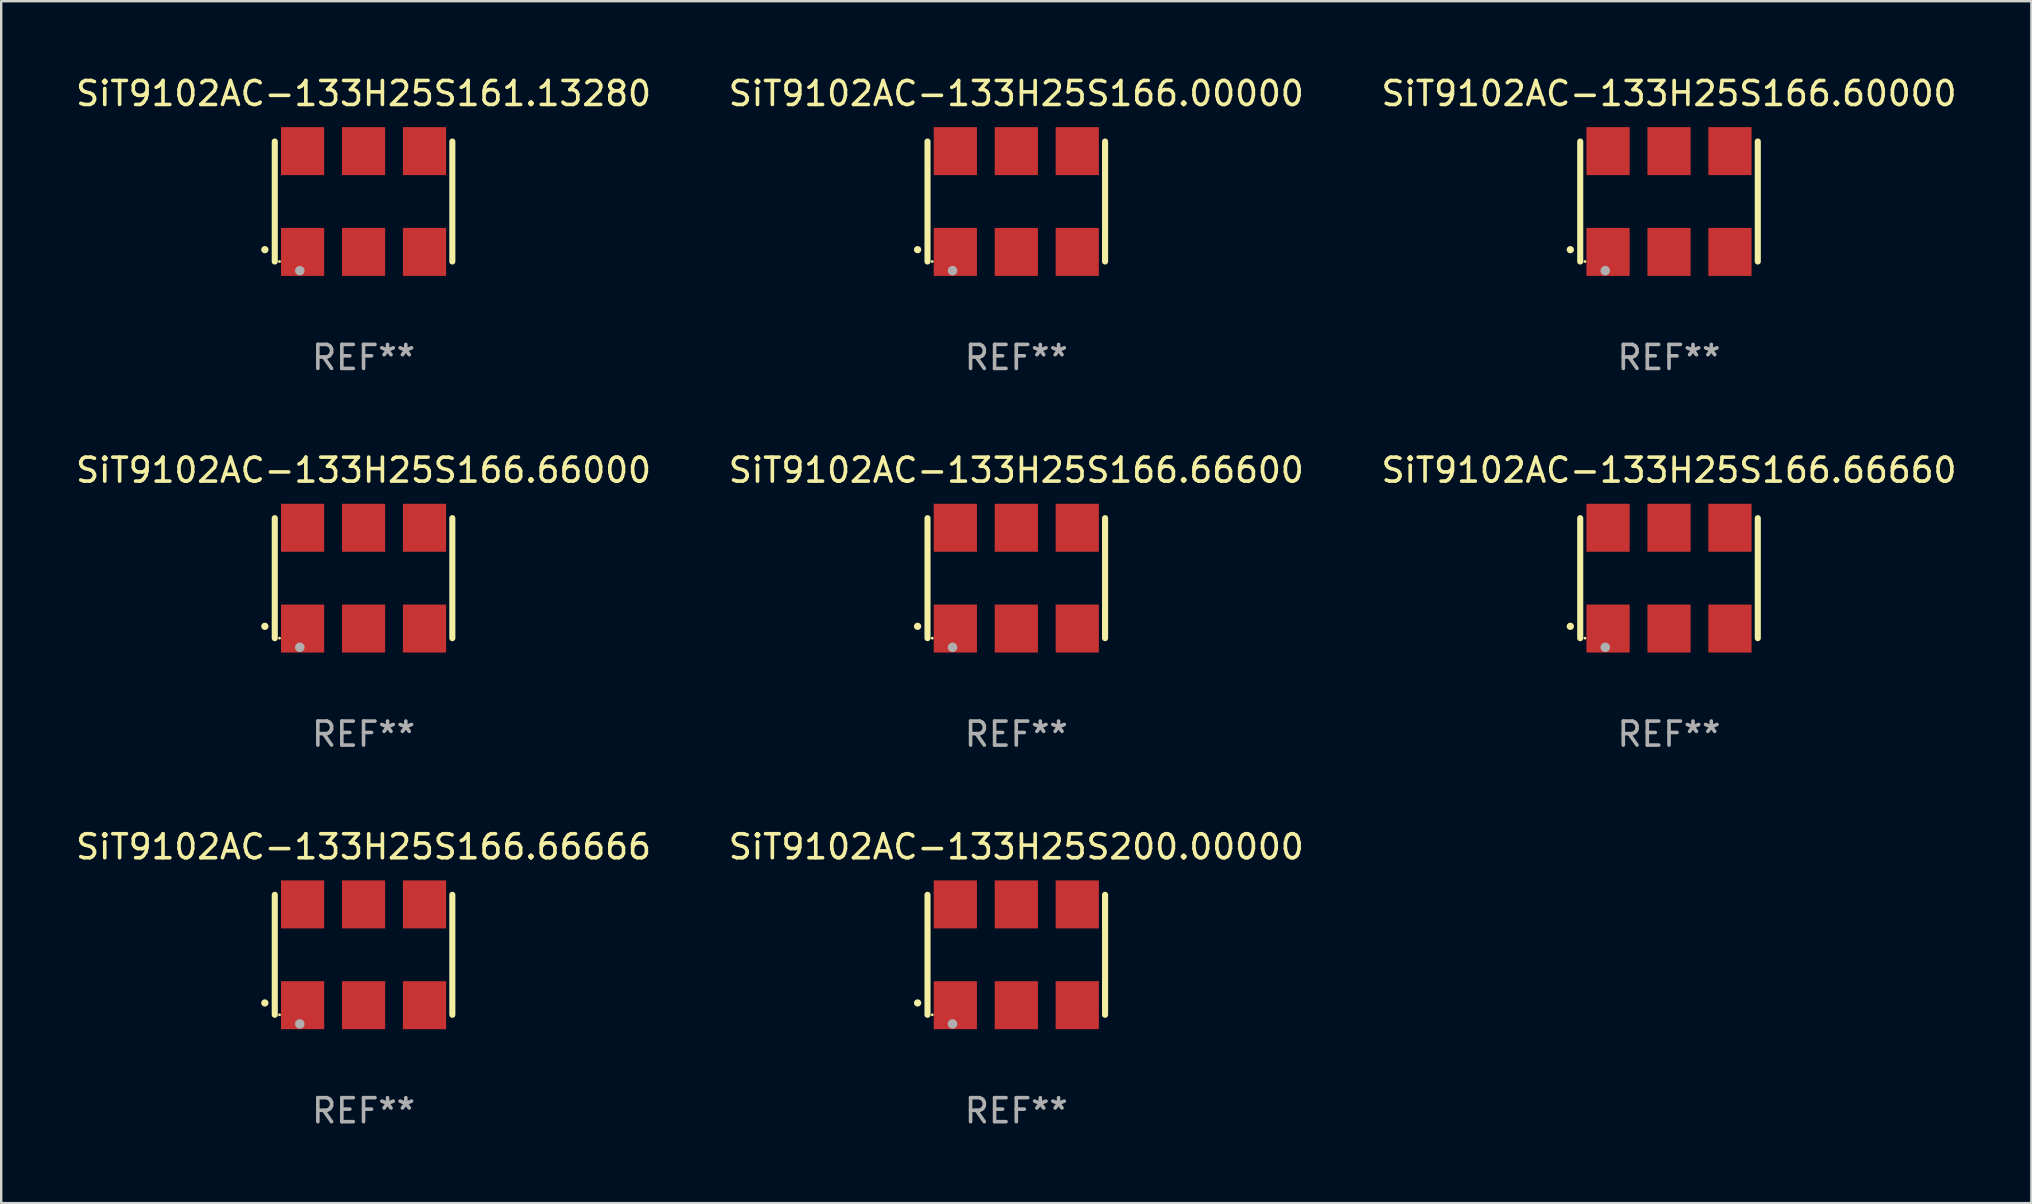
<source format=kicad_pcb>
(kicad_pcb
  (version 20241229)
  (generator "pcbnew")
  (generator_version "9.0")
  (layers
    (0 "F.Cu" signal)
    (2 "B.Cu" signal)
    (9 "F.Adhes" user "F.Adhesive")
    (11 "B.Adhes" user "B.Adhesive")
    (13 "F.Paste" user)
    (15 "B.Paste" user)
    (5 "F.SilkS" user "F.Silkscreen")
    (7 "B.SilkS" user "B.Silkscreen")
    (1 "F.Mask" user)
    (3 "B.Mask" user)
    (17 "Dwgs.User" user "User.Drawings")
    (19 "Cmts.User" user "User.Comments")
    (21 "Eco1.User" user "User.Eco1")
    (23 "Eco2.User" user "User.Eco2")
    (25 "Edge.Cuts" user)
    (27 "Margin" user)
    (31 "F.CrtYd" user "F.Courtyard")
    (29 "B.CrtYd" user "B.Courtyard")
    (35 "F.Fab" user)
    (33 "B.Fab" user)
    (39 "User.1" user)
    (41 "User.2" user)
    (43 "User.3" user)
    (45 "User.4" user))
  (footprint "SiT9102AC-133H25S166.60000"
    (layer "F.Cu")
    (at 66.506 5.348)
    (property "Reference" "SiT9102AC-133H25S166.60000" (at 0 -4.5 0) (layer "F.SilkS") (effects (font (size 1 1) (thickness 0.15))))
    (attr through_hole)
    (fp_line (start -3.7 -2.5) (end -3.7 2.5) (stroke (width 0.254) (type solid)) (layer "F.SilkS"))
    (fp_line (start 3.7 -2.5) (end 3.7 2.5) (stroke (width 0.254) (type solid)) (layer "F.SilkS"))
    (fp_arc (start -4.114415 2.006604) (mid -4.113145 2.006599) (end -4.111875 2.006604) (stroke (width 0.3) (type solid)) (layer "F.SilkS"))
    (fp_circle (center -3.502 2.5) (end -3.472 2.5) (stroke (width 0.06) (type solid)) (fill no) (layer "F.SilkS"))
    (fp_circle (center -2.657 2.882) (end -2.557 2.882) (stroke (width 0.2) (type solid)) (fill no) (layer "F.Fab"))
    (fp_text user "REF**" (at 0 6.5 0) (layer "F.Fab") (effects (font (size 1 1) (thickness 0.15))))
    (pad "1" smd rect (at -2.54 2.1) (size 1.8 2) (layers "F.Cu" "F.Mask" "F.Paste"))
    (pad "2" smd rect (at 0.000394 2.1) (size 1.8 2) (layers "F.Cu" "F.Mask" "F.Paste"))
    (pad "3" smd rect (at 2.54 2.1) (size 1.8 2) (layers "F.Cu" "F.Mask" "F.Paste"))
    (pad "4" smd rect (at 2.54 -2.1) (size 1.8 2) (layers "F.Cu" "F.Mask" "F.Paste"))
    (pad "5" smd rect (at 0.000394 -2.1) (size 1.8 2) (layers "F.Cu" "F.Mask" "F.Paste"))
    (pad "6" smd rect (at -2.54 -2.1) (size 1.8 2) (layers "F.Cu" "F.Mask" "F.Paste")))
  (footprint "SiT9102AC-133H25S166.66666"
    (layer "F.Cu")
    (at 12.101 36.741)
    (property "Reference" "SiT9102AC-133H25S166.66666" (at 0 -4.5 0) (layer "F.SilkS") (effects (font (size 1 1) (thickness 0.15))))
    (attr through_hole)
    (fp_line (start -3.7 -2.5) (end -3.7 2.5) (stroke (width 0.254) (type solid)) (layer "F.SilkS"))
    (fp_line (start 3.7 -2.5) (end 3.7 2.5) (stroke (width 0.254) (type solid)) (layer "F.SilkS"))
    (fp_arc (start -4.114415 2.006604) (mid -4.113145 2.006599) (end -4.111875 2.006604) (stroke (width 0.3) (type solid)) (layer "F.SilkS"))
    (fp_circle (center -3.502 2.5) (end -3.472 2.5) (stroke (width 0.06) (type solid)) (fill no) (layer "F.SilkS"))
    (fp_circle (center -2.657 2.882) (end -2.557 2.882) (stroke (width 0.2) (type solid)) (fill no) (layer "F.Fab"))
    (fp_text user "REF**" (at 0 6.5 0) (layer "F.Fab") (effects (font (size 1 1) (thickness 0.15))))
    (pad "1" smd rect (at -2.54 2.1) (size 1.8 2) (layers "F.Cu" "F.Mask" "F.Paste"))
    (pad "2" smd rect (at 0.000394 2.1) (size 1.8 2) (layers "F.Cu" "F.Mask" "F.Paste"))
    (pad "3" smd rect (at 2.54 2.1) (size 1.8 2) (layers "F.Cu" "F.Mask" "F.Paste"))
    (pad "4" smd rect (at 2.54 -2.1) (size 1.8 2) (layers "F.Cu" "F.Mask" "F.Paste"))
    (pad "5" smd rect (at 0.000394 -2.1) (size 1.8 2) (layers "F.Cu" "F.Mask" "F.Paste"))
    (pad "6" smd rect (at -2.54 -2.1) (size 1.8 2) (layers "F.Cu" "F.Mask" "F.Paste")))
  (footprint "SiT9102AC-133H25S200.00000"
    (layer "F.Cu")
    (at 39.304 36.741)
    (property "Reference" "SiT9102AC-133H25S200.00000" (at 0 -4.5 0) (layer "F.SilkS") (effects (font (size 1 1) (thickness 0.15))))
    (attr through_hole)
    (fp_line (start -3.7 -2.5) (end -3.7 2.5) (stroke (width 0.254) (type solid)) (layer "F.SilkS"))
    (fp_line (start 3.7 -2.5) (end 3.7 2.5) (stroke (width 0.254) (type solid)) (layer "F.SilkS"))
    (fp_arc (start -4.114415 2.006604) (mid -4.113145 2.006599) (end -4.111875 2.006604) (stroke (width 0.3) (type solid)) (layer "F.SilkS"))
    (fp_circle (center -3.502 2.5) (end -3.472 2.5) (stroke (width 0.06) (type solid)) (fill no) (layer "F.SilkS"))
    (fp_circle (center -2.657 2.882) (end -2.557 2.882) (stroke (width 0.2) (type solid)) (fill no) (layer "F.Fab"))
    (fp_text user "REF**" (at 0 6.5 0) (layer "F.Fab") (effects (font (size 1 1) (thickness 0.15))))
    (pad "1" smd rect (at -2.54 2.1) (size 1.8 2) (layers "F.Cu" "F.Mask" "F.Paste"))
    (pad "2" smd rect (at 0.000394 2.1) (size 1.8 2) (layers "F.Cu" "F.Mask" "F.Paste"))
    (pad "3" smd rect (at 2.54 2.1) (size 1.8 2) (layers "F.Cu" "F.Mask" "F.Paste"))
    (pad "4" smd rect (at 2.54 -2.1) (size 1.8 2) (layers "F.Cu" "F.Mask" "F.Paste"))
    (pad "5" smd rect (at 0.000394 -2.1) (size 1.8 2) (layers "F.Cu" "F.Mask" "F.Paste"))
    (pad "6" smd rect (at -2.54 -2.1) (size 1.8 2) (layers "F.Cu" "F.Mask" "F.Paste")))
  (footprint "SiT9102AC-133H25S161.13280"
    (layer "F.Cu")
    (at 12.101 5.348)
    (property "Reference" "SiT9102AC-133H25S161.13280" (at 0 -4.5 0) (layer "F.SilkS") (effects (font (size 1 1) (thickness 0.15))))
    (attr through_hole)
    (fp_line (start -3.7 -2.5) (end -3.7 2.5) (stroke (width 0.254) (type solid)) (layer "F.SilkS"))
    (fp_line (start 3.7 -2.5) (end 3.7 2.5) (stroke (width 0.254) (type solid)) (layer "F.SilkS"))
    (fp_arc (start -4.114415 2.006604) (mid -4.113145 2.006599) (end -4.111875 2.006604) (stroke (width 0.3) (type solid)) (layer "F.SilkS"))
    (fp_circle (center -3.502 2.5) (end -3.472 2.5) (stroke (width 0.06) (type solid)) (fill no) (layer "F.SilkS"))
    (fp_circle (center -2.657 2.882) (end -2.557 2.882) (stroke (width 0.2) (type solid)) (fill no) (layer "F.Fab"))
    (fp_text user "REF**" (at 0 6.5 0) (layer "F.Fab") (effects (font (size 1 1) (thickness 0.15))))
    (pad "1" smd rect (at -2.54 2.1) (size 1.8 2) (layers "F.Cu" "F.Mask" "F.Paste"))
    (pad "2" smd rect (at 0.000394 2.1) (size 1.8 2) (layers "F.Cu" "F.Mask" "F.Paste"))
    (pad "3" smd rect (at 2.54 2.1) (size 1.8 2) (layers "F.Cu" "F.Mask" "F.Paste"))
    (pad "4" smd rect (at 2.54 -2.1) (size 1.8 2) (layers "F.Cu" "F.Mask" "F.Paste"))
    (pad "5" smd rect (at 0.000394 -2.1) (size 1.8 2) (layers "F.Cu" "F.Mask" "F.Paste"))
    (pad "6" smd rect (at -2.54 -2.1) (size 1.8 2) (layers "F.Cu" "F.Mask" "F.Paste")))
  (footprint "SiT9102AC-133H25S166.66600"
    (layer "F.Cu")
    (at 39.304 21.045)
    (property "Reference" "SiT9102AC-133H25S166.66600" (at 0 -4.5 0) (layer "F.SilkS") (effects (font (size 1 1) (thickness 0.15))))
    (attr through_hole)
    (fp_line (start -3.7 -2.5) (end -3.7 2.5) (stroke (width 0.254) (type solid)) (layer "F.SilkS"))
    (fp_line (start 3.7 -2.5) (end 3.7 2.5) (stroke (width 0.254) (type solid)) (layer "F.SilkS"))
    (fp_arc (start -4.114415 2.006604) (mid -4.113145 2.006599) (end -4.111875 2.006604) (stroke (width 0.3) (type solid)) (layer "F.SilkS"))
    (fp_circle (center -3.502 2.5) (end -3.472 2.5) (stroke (width 0.06) (type solid)) (fill no) (layer "F.SilkS"))
    (fp_circle (center -2.657 2.882) (end -2.557 2.882) (stroke (width 0.2) (type solid)) (fill no) (layer "F.Fab"))
    (fp_text user "REF**" (at 0 6.5 0) (layer "F.Fab") (effects (font (size 1 1) (thickness 0.15))))
    (pad "1" smd rect (at -2.54 2.1) (size 1.8 2) (layers "F.Cu" "F.Mask" "F.Paste"))
    (pad "2" smd rect (at 0.000394 2.1) (size 1.8 2) (layers "F.Cu" "F.Mask" "F.Paste"))
    (pad "3" smd rect (at 2.54 2.1) (size 1.8 2) (layers "F.Cu" "F.Mask" "F.Paste"))
    (pad "4" smd rect (at 2.54 -2.1) (size 1.8 2) (layers "F.Cu" "F.Mask" "F.Paste"))
    (pad "5" smd rect (at 0.000394 -2.1) (size 1.8 2) (layers "F.Cu" "F.Mask" "F.Paste"))
    (pad "6" smd rect (at -2.54 -2.1) (size 1.8 2) (layers "F.Cu" "F.Mask" "F.Paste")))
  (footprint "SiT9102AC-133H25S166.00000"
    (layer "F.Cu")
    (at 39.304 5.348)
    (property "Reference" "SiT9102AC-133H25S166.00000" (at 0 -4.5 0) (layer "F.SilkS") (effects (font (size 1 1) (thickness 0.15))))
    (attr through_hole)
    (fp_line (start -3.7 -2.5) (end -3.7 2.5) (stroke (width 0.254) (type solid)) (layer "F.SilkS"))
    (fp_line (start 3.7 -2.5) (end 3.7 2.5) (stroke (width 0.254) (type solid)) (layer "F.SilkS"))
    (fp_arc (start -4.114415 2.006604) (mid -4.113145 2.006599) (end -4.111875 2.006604) (stroke (width 0.3) (type solid)) (layer "F.SilkS"))
    (fp_circle (center -3.502 2.5) (end -3.472 2.5) (stroke (width 0.06) (type solid)) (fill no) (layer "F.SilkS"))
    (fp_circle (center -2.657 2.882) (end -2.557 2.882) (stroke (width 0.2) (type solid)) (fill no) (layer "F.Fab"))
    (fp_text user "REF**" (at 0 6.5 0) (layer "F.Fab") (effects (font (size 1 1) (thickness 0.15))))
    (pad "1" smd rect (at -2.54 2.1) (size 1.8 2) (layers "F.Cu" "F.Mask" "F.Paste"))
    (pad "2" smd rect (at 0.000394 2.1) (size 1.8 2) (layers "F.Cu" "F.Mask" "F.Paste"))
    (pad "3" smd rect (at 2.54 2.1) (size 1.8 2) (layers "F.Cu" "F.Mask" "F.Paste"))
    (pad "4" smd rect (at 2.54 -2.1) (size 1.8 2) (layers "F.Cu" "F.Mask" "F.Paste"))
    (pad "5" smd rect (at 0.000394 -2.1) (size 1.8 2) (layers "F.Cu" "F.Mask" "F.Paste"))
    (pad "6" smd rect (at -2.54 -2.1) (size 1.8 2) (layers "F.Cu" "F.Mask" "F.Paste")))
  (footprint "SiT9102AC-133H25S166.66000"
    (layer "F.Cu")
    (at 12.101 21.045)
    (property "Reference" "SiT9102AC-133H25S166.66000" (at 0 -4.5 0) (layer "F.SilkS") (effects (font (size 1 1) (thickness 0.15))))
    (attr through_hole)
    (fp_line (start -3.7 -2.5) (end -3.7 2.5) (stroke (width 0.254) (type solid)) (layer "F.SilkS"))
    (fp_line (start 3.7 -2.5) (end 3.7 2.5) (stroke (width 0.254) (type solid)) (layer "F.SilkS"))
    (fp_arc (start -4.114415 2.006604) (mid -4.113145 2.006599) (end -4.111875 2.006604) (stroke (width 0.3) (type solid)) (layer "F.SilkS"))
    (fp_circle (center -3.502 2.5) (end -3.472 2.5) (stroke (width 0.06) (type solid)) (fill no) (layer "F.SilkS"))
    (fp_circle (center -2.657 2.882) (end -2.557 2.882) (stroke (width 0.2) (type solid)) (fill no) (layer "F.Fab"))
    (fp_text user "REF**" (at 0 6.5 0) (layer "F.Fab") (effects (font (size 1 1) (thickness 0.15))))
    (pad "1" smd rect (at -2.54 2.1) (size 1.8 2) (layers "F.Cu" "F.Mask" "F.Paste"))
    (pad "2" smd rect (at 0.000394 2.1) (size 1.8 2) (layers "F.Cu" "F.Mask" "F.Paste"))
    (pad "3" smd rect (at 2.54 2.1) (size 1.8 2) (layers "F.Cu" "F.Mask" "F.Paste"))
    (pad "4" smd rect (at 2.54 -2.1) (size 1.8 2) (layers "F.Cu" "F.Mask" "F.Paste"))
    (pad "5" smd rect (at 0.000394 -2.1) (size 1.8 2) (layers "F.Cu" "F.Mask" "F.Paste"))
    (pad "6" smd rect (at -2.54 -2.1) (size 1.8 2) (layers "F.Cu" "F.Mask" "F.Paste")))
  (footprint "SiT9102AC-133H25S166.66660"
    (layer "F.Cu")
    (at 66.506 21.045)
    (property "Reference" "SiT9102AC-133H25S166.66660" (at 0 -4.5 0) (layer "F.SilkS") (effects (font (size 1 1) (thickness 0.15))))
    (attr through_hole)
    (fp_line (start -3.7 -2.5) (end -3.7 2.5) (stroke (width 0.254) (type solid)) (layer "F.SilkS"))
    (fp_line (start 3.7 -2.5) (end 3.7 2.5) (stroke (width 0.254) (type solid)) (layer "F.SilkS"))
    (fp_arc (start -4.114415 2.006604) (mid -4.113145 2.006599) (end -4.111875 2.006604) (stroke (width 0.3) (type solid)) (layer "F.SilkS"))
    (fp_circle (center -3.502 2.5) (end -3.472 2.5) (stroke (width 0.06) (type solid)) (fill no) (layer "F.SilkS"))
    (fp_circle (center -2.657 2.882) (end -2.557 2.882) (stroke (width 0.2) (type solid)) (fill no) (layer "F.Fab"))
    (fp_text user "REF**" (at 0 6.5 0) (layer "F.Fab") (effects (font (size 1 1) (thickness 0.15))))
    (pad "1" smd rect (at -2.54 2.1) (size 1.8 2) (layers "F.Cu" "F.Mask" "F.Paste"))
    (pad "2" smd rect (at 0.000394 2.1) (size 1.8 2) (layers "F.Cu" "F.Mask" "F.Paste"))
    (pad "3" smd rect (at 2.54 2.1) (size 1.8 2) (layers "F.Cu" "F.Mask" "F.Paste"))
    (pad "4" smd rect (at 2.54 -2.1) (size 1.8 2) (layers "F.Cu" "F.Mask" "F.Paste"))
    (pad "5" smd rect (at 0.000394 -2.1) (size 1.8 2) (layers "F.Cu" "F.Mask" "F.Paste"))
    (pad "6" smd rect (at -2.54 -2.1) (size 1.8 2) (layers "F.Cu" "F.Mask" "F.Paste")))
  (gr_rect
    (start -3 -3)
    (end 81.607 47.09)
    (stroke (width 0.1) (type default))
    (fill no)
    (layer "Edge.Cuts")))
</source>
